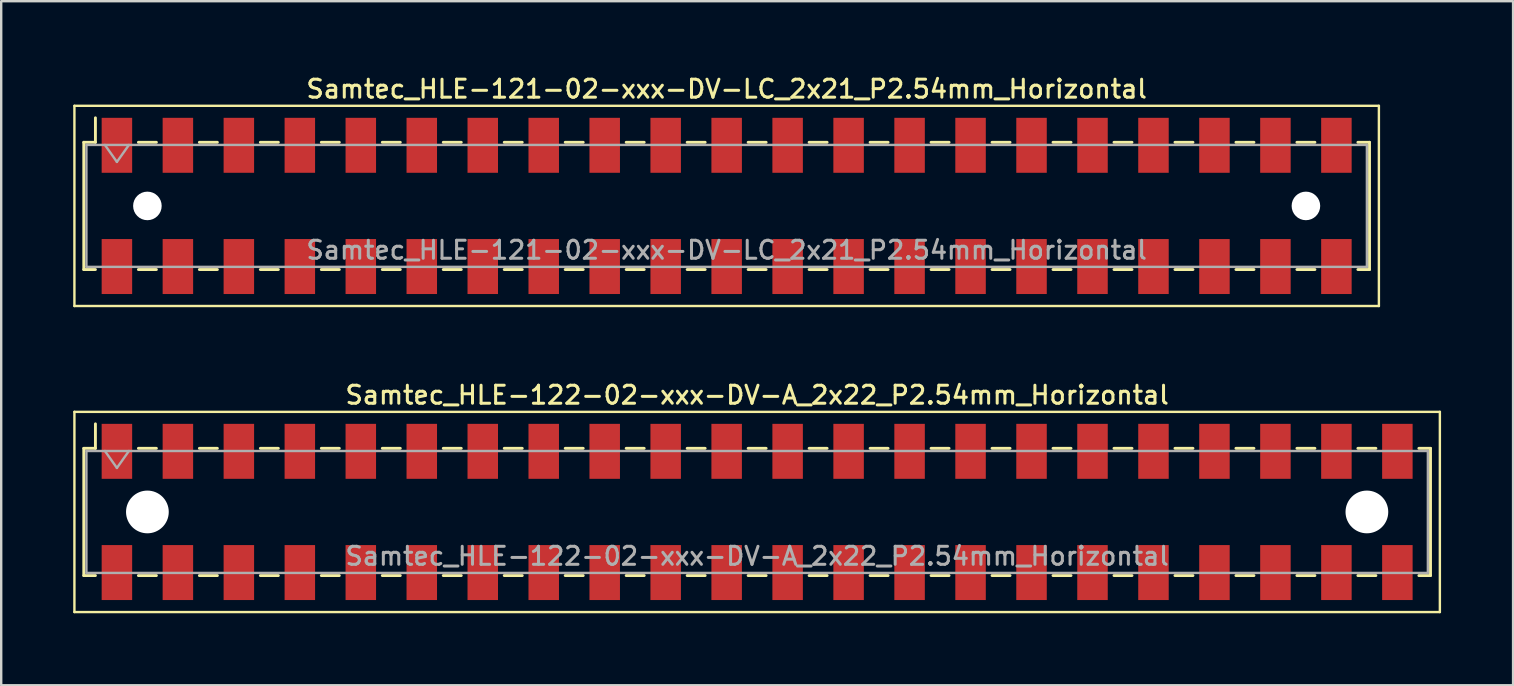
<source format=kicad_pcb>
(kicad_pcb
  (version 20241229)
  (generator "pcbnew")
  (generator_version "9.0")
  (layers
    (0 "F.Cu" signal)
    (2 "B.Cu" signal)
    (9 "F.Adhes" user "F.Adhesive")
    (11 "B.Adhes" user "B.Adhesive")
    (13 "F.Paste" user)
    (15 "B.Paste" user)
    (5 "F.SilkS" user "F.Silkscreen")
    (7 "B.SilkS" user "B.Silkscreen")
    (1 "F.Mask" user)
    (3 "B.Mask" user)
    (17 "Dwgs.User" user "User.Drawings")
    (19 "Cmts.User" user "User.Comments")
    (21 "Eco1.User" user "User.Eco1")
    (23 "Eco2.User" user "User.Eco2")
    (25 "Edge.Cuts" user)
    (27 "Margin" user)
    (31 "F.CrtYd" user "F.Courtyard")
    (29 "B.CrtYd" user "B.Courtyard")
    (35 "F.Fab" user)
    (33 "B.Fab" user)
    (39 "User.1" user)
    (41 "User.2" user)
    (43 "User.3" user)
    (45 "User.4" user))
  (footprint "Samtec_HLE-121-02-xxx-DV-LC_2x21_P2.54mm_Horizontal"
    (layer "F.Cu")
    (at 27.22 5.528)
    (property "Reference" "Samtec_HLE-121-02-xxx-DV-LC_2x21_P2.54mm_Horizontal" (at 0 -4.87 0) (layer "F.SilkS") (effects (font (size 0.75 0.75) (thickness 0.125))))
    (attr smd)
    (fp_line (start -27.17 -4.17) (end 27.17 -4.17) (stroke (width 0.1) (type solid)) (layer "F.SilkS"))
    (fp_line (start -27.17 4.17) (end -27.17 -4.17) (stroke (width 0.1) (type solid)) (layer "F.SilkS"))
    (fp_line (start -26.78 -2.65) (end -26.78 2.65) (stroke (width 0.12) (type solid)) (layer "F.SilkS"))
    (fp_line (start -26.78 2.65) (end -26.295 2.65) (stroke (width 0.12) (type solid)) (layer "F.SilkS"))
    (fp_line (start -26.295 -3.67) (end -26.295 -2.65) (stroke (width 0.12) (type solid)) (layer "F.SilkS"))
    (fp_line (start -26.295 -2.65) (end -26.78 -2.65) (stroke (width 0.12) (type solid)) (layer "F.SilkS"))
    (fp_line (start -24.505 -2.65) (end -23.755 -2.65) (stroke (width 0.12) (type solid)) (layer "F.SilkS"))
    (fp_line (start -24.505 2.65) (end -23.755 2.65) (stroke (width 0.12) (type solid)) (layer "F.SilkS"))
    (fp_line (start -21.965 -2.65) (end -21.215 -2.65) (stroke (width 0.12) (type solid)) (layer "F.SilkS"))
    (fp_line (start -21.965 2.65) (end -21.215 2.65) (stroke (width 0.12) (type solid)) (layer "F.SilkS"))
    (fp_line (start -19.425 -2.65) (end -18.675 -2.65) (stroke (width 0.12) (type solid)) (layer "F.SilkS"))
    (fp_line (start -19.425 2.65) (end -18.675 2.65) (stroke (width 0.12) (type solid)) (layer "F.SilkS"))
    (fp_line (start -16.885 -2.65) (end -16.135 -2.65) (stroke (width 0.12) (type solid)) (layer "F.SilkS"))
    (fp_line (start -16.885 2.65) (end -16.135 2.65) (stroke (width 0.12) (type solid)) (layer "F.SilkS"))
    (fp_line (start -14.345 -2.65) (end -13.595 -2.65) (stroke (width 0.12) (type solid)) (layer "F.SilkS"))
    (fp_line (start -14.345 2.65) (end -13.595 2.65) (stroke (width 0.12) (type solid)) (layer "F.SilkS"))
    (fp_line (start -11.805 -2.65) (end -11.055 -2.65) (stroke (width 0.12) (type solid)) (layer "F.SilkS"))
    (fp_line (start -11.805 2.65) (end -11.055 2.65) (stroke (width 0.12) (type solid)) (layer "F.SilkS"))
    (fp_line (start -9.265 -2.65) (end -8.515 -2.65) (stroke (width 0.12) (type solid)) (layer "F.SilkS"))
    (fp_line (start -9.265 2.65) (end -8.515 2.65) (stroke (width 0.12) (type solid)) (layer "F.SilkS"))
    (fp_line (start -6.725 -2.65) (end -5.975 -2.65) (stroke (width 0.12) (type solid)) (layer "F.SilkS"))
    (fp_line (start -6.725 2.65) (end -5.975 2.65) (stroke (width 0.12) (type solid)) (layer "F.SilkS"))
    (fp_line (start -4.185 -2.65) (end -3.435 -2.65) (stroke (width 0.12) (type solid)) (layer "F.SilkS"))
    (fp_line (start -4.185 2.65) (end -3.435 2.65) (stroke (width 0.12) (type solid)) (layer "F.SilkS"))
    (fp_line (start -1.645 -2.65) (end -0.895 -2.65) (stroke (width 0.12) (type solid)) (layer "F.SilkS"))
    (fp_line (start -1.645 2.65) (end -0.895 2.65) (stroke (width 0.12) (type solid)) (layer "F.SilkS"))
    (fp_line (start 0.895 -2.65) (end 1.645 -2.65) (stroke (width 0.12) (type solid)) (layer "F.SilkS"))
    (fp_line (start 0.895 2.65) (end 1.645 2.65) (stroke (width 0.12) (type solid)) (layer "F.SilkS"))
    (fp_line (start 3.435 -2.65) (end 4.185 -2.65) (stroke (width 0.12) (type solid)) (layer "F.SilkS"))
    (fp_line (start 3.435 2.65) (end 4.185 2.65) (stroke (width 0.12) (type solid)) (layer "F.SilkS"))
    (fp_line (start 5.975 -2.65) (end 6.725 -2.65) (stroke (width 0.12) (type solid)) (layer "F.SilkS"))
    (fp_line (start 5.975 2.65) (end 6.725 2.65) (stroke (width 0.12) (type solid)) (layer "F.SilkS"))
    (fp_line (start 8.515 -2.65) (end 9.265 -2.65) (stroke (width 0.12) (type solid)) (layer "F.SilkS"))
    (fp_line (start 8.515 2.65) (end 9.265 2.65) (stroke (width 0.12) (type solid)) (layer "F.SilkS"))
    (fp_line (start 11.055 -2.65) (end 11.805 -2.65) (stroke (width 0.12) (type solid)) (layer "F.SilkS"))
    (fp_line (start 11.055 2.65) (end 11.805 2.65) (stroke (width 0.12) (type solid)) (layer "F.SilkS"))
    (fp_line (start 13.595 -2.65) (end 14.345 -2.65) (stroke (width 0.12) (type solid)) (layer "F.SilkS"))
    (fp_line (start 13.595 2.65) (end 14.345 2.65) (stroke (width 0.12) (type solid)) (layer "F.SilkS"))
    (fp_line (start 16.135 -2.65) (end 16.885 -2.65) (stroke (width 0.12) (type solid)) (layer "F.SilkS"))
    (fp_line (start 16.135 2.65) (end 16.885 2.65) (stroke (width 0.12) (type solid)) (layer "F.SilkS"))
    (fp_line (start 18.675 -2.65) (end 19.425 -2.65) (stroke (width 0.12) (type solid)) (layer "F.SilkS"))
    (fp_line (start 18.675 2.65) (end 19.425 2.65) (stroke (width 0.12) (type solid)) (layer "F.SilkS"))
    (fp_line (start 21.215 -2.65) (end 21.965 -2.65) (stroke (width 0.12) (type solid)) (layer "F.SilkS"))
    (fp_line (start 21.215 2.65) (end 21.965 2.65) (stroke (width 0.12) (type solid)) (layer "F.SilkS"))
    (fp_line (start 23.755 -2.65) (end 24.505 -2.65) (stroke (width 0.12) (type solid)) (layer "F.SilkS"))
    (fp_line (start 23.755 2.65) (end 24.505 2.65) (stroke (width 0.12) (type solid)) (layer "F.SilkS"))
    (fp_line (start 26.295 -2.65) (end 26.78 -2.65) (stroke (width 0.12) (type solid)) (layer "F.SilkS"))
    (fp_line (start 26.78 -2.65) (end 26.78 2.65) (stroke (width 0.12) (type solid)) (layer "F.SilkS"))
    (fp_line (start 26.78 2.65) (end 26.295 2.65) (stroke (width 0.12) (type solid)) (layer "F.SilkS"))
    (fp_line (start 27.17 -4.17) (end 27.17 4.17) (stroke (width 0.1) (type solid)) (layer "F.SilkS"))
    (fp_line (start 27.17 4.17) (end -27.17 4.17) (stroke (width 0.1) (type solid)) (layer "F.SilkS"))
    (fp_line (start -26.67 -2.54) (end 26.67 -2.54) (stroke (width 0.1) (type solid)) (layer "F.Fab"))
    (fp_line (start -26.67 2.54) (end -26.67 -2.54) (stroke (width 0.1) (type solid)) (layer "F.Fab"))
    (fp_line (start -25.9 -2.54) (end -25.4 -1.833) (stroke (width 0.1) (type solid)) (layer "F.Fab"))
    (fp_line (start -25.4 -1.833) (end -24.9 -2.54) (stroke (width 0.1) (type solid)) (layer "F.Fab"))
    (fp_line (start 26.67 -2.54) (end 26.67 2.54) (stroke (width 0.1) (type solid)) (layer "F.Fab"))
    (fp_line (start 26.67 2.54) (end -26.67 2.54) (stroke (width 0.1) (type solid)) (layer "F.Fab"))
    (fp_text user "${REFERENCE}" (at 0 1.84 0) (layer "F.Fab") (effects (font (size 0.75 0.75) (thickness 0.125))))
    (pad "" np_thru_hole circle (at -24.13 0) (size 1.19 1.19) (drill 1.19) (layers "*.Cu" "*.Mask"))
    (pad "" np_thru_hole circle (at 24.13 0) (size 1.19 1.19) (drill 1.19) (layers "*.Cu" "*.Mask"))
    (pad "1" smd rect (at -25.4 -2.525) (size 1.27 2.29) (layers "F.Cu" "F.Mask" "F.Paste"))
    (pad "2" smd rect (at -25.4 2.525) (size 1.27 2.29) (layers "F.Cu" "F.Mask" "F.Paste"))
    (pad "3" smd rect (at -22.86 -2.525) (size 1.27 2.29) (layers "F.Cu" "F.Mask" "F.Paste"))
    (pad "4" smd rect (at -22.86 2.525) (size 1.27 2.29) (layers "F.Cu" "F.Mask" "F.Paste"))
    (pad "5" smd rect (at -20.32 -2.525) (size 1.27 2.29) (layers "F.Cu" "F.Mask" "F.Paste"))
    (pad "6" smd rect (at -20.32 2.525) (size 1.27 2.29) (layers "F.Cu" "F.Mask" "F.Paste"))
    (pad "7" smd rect (at -17.78 -2.525) (size 1.27 2.29) (layers "F.Cu" "F.Mask" "F.Paste"))
    (pad "8" smd rect (at -17.78 2.525) (size 1.27 2.29) (layers "F.Cu" "F.Mask" "F.Paste"))
    (pad "9" smd rect (at -15.24 -2.525) (size 1.27 2.29) (layers "F.Cu" "F.Mask" "F.Paste"))
    (pad "10" smd rect (at -15.24 2.525) (size 1.27 2.29) (layers "F.Cu" "F.Mask" "F.Paste"))
    (pad "11" smd rect (at -12.7 -2.525) (size 1.27 2.29) (layers "F.Cu" "F.Mask" "F.Paste"))
    (pad "12" smd rect (at -12.7 2.525) (size 1.27 2.29) (layers "F.Cu" "F.Mask" "F.Paste"))
    (pad "13" smd rect (at -10.16 -2.525) (size 1.27 2.29) (layers "F.Cu" "F.Mask" "F.Paste"))
    (pad "14" smd rect (at -10.16 2.525) (size 1.27 2.29) (layers "F.Cu" "F.Mask" "F.Paste"))
    (pad "15" smd rect (at -7.62 -2.525) (size 1.27 2.29) (layers "F.Cu" "F.Mask" "F.Paste"))
    (pad "16" smd rect (at -7.62 2.525) (size 1.27 2.29) (layers "F.Cu" "F.Mask" "F.Paste"))
    (pad "17" smd rect (at -5.08 -2.525) (size 1.27 2.29) (layers "F.Cu" "F.Mask" "F.Paste"))
    (pad "18" smd rect (at -5.08 2.525) (size 1.27 2.29) (layers "F.Cu" "F.Mask" "F.Paste"))
    (pad "19" smd rect (at -2.54 -2.525) (size 1.27 2.29) (layers "F.Cu" "F.Mask" "F.Paste"))
    (pad "20" smd rect (at -2.54 2.525) (size 1.27 2.29) (layers "F.Cu" "F.Mask" "F.Paste"))
    (pad "21" smd rect (at 0 -2.525) (size 1.27 2.29) (layers "F.Cu" "F.Mask" "F.Paste"))
    (pad "22" smd rect (at 0 2.525) (size 1.27 2.29) (layers "F.Cu" "F.Mask" "F.Paste"))
    (pad "23" smd rect (at 2.54 -2.525) (size 1.27 2.29) (layers "F.Cu" "F.Mask" "F.Paste"))
    (pad "24" smd rect (at 2.54 2.525) (size 1.27 2.29) (layers "F.Cu" "F.Mask" "F.Paste"))
    (pad "25" smd rect (at 5.08 -2.525) (size 1.27 2.29) (layers "F.Cu" "F.Mask" "F.Paste"))
    (pad "26" smd rect (at 5.08 2.525) (size 1.27 2.29) (layers "F.Cu" "F.Mask" "F.Paste"))
    (pad "27" smd rect (at 7.62 -2.525) (size 1.27 2.29) (layers "F.Cu" "F.Mask" "F.Paste"))
    (pad "28" smd rect (at 7.62 2.525) (size 1.27 2.29) (layers "F.Cu" "F.Mask" "F.Paste"))
    (pad "29" smd rect (at 10.16 -2.525) (size 1.27 2.29) (layers "F.Cu" "F.Mask" "F.Paste"))
    (pad "30" smd rect (at 10.16 2.525) (size 1.27 2.29) (layers "F.Cu" "F.Mask" "F.Paste"))
    (pad "31" smd rect (at 12.7 -2.525) (size 1.27 2.29) (layers "F.Cu" "F.Mask" "F.Paste"))
    (pad "32" smd rect (at 12.7 2.525) (size 1.27 2.29) (layers "F.Cu" "F.Mask" "F.Paste"))
    (pad "33" smd rect (at 15.24 -2.525) (size 1.27 2.29) (layers "F.Cu" "F.Mask" "F.Paste"))
    (pad "34" smd rect (at 15.24 2.525) (size 1.27 2.29) (layers "F.Cu" "F.Mask" "F.Paste"))
    (pad "35" smd rect (at 17.78 -2.525) (size 1.27 2.29) (layers "F.Cu" "F.Mask" "F.Paste"))
    (pad "36" smd rect (at 17.78 2.525) (size 1.27 2.29) (layers "F.Cu" "F.Mask" "F.Paste"))
    (pad "37" smd rect (at 20.32 -2.525) (size 1.27 2.29) (layers "F.Cu" "F.Mask" "F.Paste"))
    (pad "38" smd rect (at 20.32 2.525) (size 1.27 2.29) (layers "F.Cu" "F.Mask" "F.Paste"))
    (pad "39" smd rect (at 22.86 -2.525) (size 1.27 2.29) (layers "F.Cu" "F.Mask" "F.Paste"))
    (pad "40" smd rect (at 22.86 2.525) (size 1.27 2.29) (layers "F.Cu" "F.Mask" "F.Paste"))
    (pad "41" smd rect (at 25.4 -2.525) (size 1.27 2.29) (layers "F.Cu" "F.Mask" "F.Paste"))
    (pad "42" smd rect (at 25.4 2.525) (size 1.27 2.29) (layers "F.Cu" "F.Mask" "F.Paste")))
  (footprint "Samtec_HLE-122-02-xxx-DV-A_2x22_P2.54mm_Horizontal"
    (layer "F.Cu")
    (at 28.49 18.276)
    (property "Reference" "Samtec_HLE-122-02-xxx-DV-A_2x22_P2.54mm_Horizontal" (at 0 -4.87 0) (layer "F.SilkS") (effects (font (size 0.75 0.75) (thickness 0.125))))
    (attr smd)
    (fp_line (start -28.44 -4.17) (end 28.44 -4.17) (stroke (width 0.1) (type solid)) (layer "F.SilkS"))
    (fp_line (start -28.44 4.17) (end -28.44 -4.17) (stroke (width 0.1) (type solid)) (layer "F.SilkS"))
    (fp_line (start -28.05 -2.65) (end -28.05 2.65) (stroke (width 0.12) (type solid)) (layer "F.SilkS"))
    (fp_line (start -28.05 2.65) (end -27.565 2.65) (stroke (width 0.12) (type solid)) (layer "F.SilkS"))
    (fp_line (start -27.565 -3.67) (end -27.565 -2.65) (stroke (width 0.12) (type solid)) (layer "F.SilkS"))
    (fp_line (start -27.565 -2.65) (end -28.05 -2.65) (stroke (width 0.12) (type solid)) (layer "F.SilkS"))
    (fp_line (start -25.775 -2.65) (end -25.025 -2.65) (stroke (width 0.12) (type solid)) (layer "F.SilkS"))
    (fp_line (start -25.775 2.65) (end -25.025 2.65) (stroke (width 0.12) (type solid)) (layer "F.SilkS"))
    (fp_line (start -23.235 -2.65) (end -22.485 -2.65) (stroke (width 0.12) (type solid)) (layer "F.SilkS"))
    (fp_line (start -23.235 2.65) (end -22.485 2.65) (stroke (width 0.12) (type solid)) (layer "F.SilkS"))
    (fp_line (start -20.695 -2.65) (end -19.945 -2.65) (stroke (width 0.12) (type solid)) (layer "F.SilkS"))
    (fp_line (start -20.695 2.65) (end -19.945 2.65) (stroke (width 0.12) (type solid)) (layer "F.SilkS"))
    (fp_line (start -18.155 -2.65) (end -17.405 -2.65) (stroke (width 0.12) (type solid)) (layer "F.SilkS"))
    (fp_line (start -18.155 2.65) (end -17.405 2.65) (stroke (width 0.12) (type solid)) (layer "F.SilkS"))
    (fp_line (start -15.615 -2.65) (end -14.865 -2.65) (stroke (width 0.12) (type solid)) (layer "F.SilkS"))
    (fp_line (start -15.615 2.65) (end -14.865 2.65) (stroke (width 0.12) (type solid)) (layer "F.SilkS"))
    (fp_line (start -13.075 -2.65) (end -12.325 -2.65) (stroke (width 0.12) (type solid)) (layer "F.SilkS"))
    (fp_line (start -13.075 2.65) (end -12.325 2.65) (stroke (width 0.12) (type solid)) (layer "F.SilkS"))
    (fp_line (start -10.535 -2.65) (end -9.785 -2.65) (stroke (width 0.12) (type solid)) (layer "F.SilkS"))
    (fp_line (start -10.535 2.65) (end -9.785 2.65) (stroke (width 0.12) (type solid)) (layer "F.SilkS"))
    (fp_line (start -7.995 -2.65) (end -7.245 -2.65) (stroke (width 0.12) (type solid)) (layer "F.SilkS"))
    (fp_line (start -7.995 2.65) (end -7.245 2.65) (stroke (width 0.12) (type solid)) (layer "F.SilkS"))
    (fp_line (start -5.455 -2.65) (end -4.705 -2.65) (stroke (width 0.12) (type solid)) (layer "F.SilkS"))
    (fp_line (start -5.455 2.65) (end -4.705 2.65) (stroke (width 0.12) (type solid)) (layer "F.SilkS"))
    (fp_line (start -2.915 -2.65) (end -2.165 -2.65) (stroke (width 0.12) (type solid)) (layer "F.SilkS"))
    (fp_line (start -2.915 2.65) (end -2.165 2.65) (stroke (width 0.12) (type solid)) (layer "F.SilkS"))
    (fp_line (start -0.375 -2.65) (end 0.375 -2.65) (stroke (width 0.12) (type solid)) (layer "F.SilkS"))
    (fp_line (start -0.375 2.65) (end 0.375 2.65) (stroke (width 0.12) (type solid)) (layer "F.SilkS"))
    (fp_line (start 2.165 -2.65) (end 2.915 -2.65) (stroke (width 0.12) (type solid)) (layer "F.SilkS"))
    (fp_line (start 2.165 2.65) (end 2.915 2.65) (stroke (width 0.12) (type solid)) (layer "F.SilkS"))
    (fp_line (start 4.705 -2.65) (end 5.455 -2.65) (stroke (width 0.12) (type solid)) (layer "F.SilkS"))
    (fp_line (start 4.705 2.65) (end 5.455 2.65) (stroke (width 0.12) (type solid)) (layer "F.SilkS"))
    (fp_line (start 7.245 -2.65) (end 7.995 -2.65) (stroke (width 0.12) (type solid)) (layer "F.SilkS"))
    (fp_line (start 7.245 2.65) (end 7.995 2.65) (stroke (width 0.12) (type solid)) (layer "F.SilkS"))
    (fp_line (start 9.785 -2.65) (end 10.535 -2.65) (stroke (width 0.12) (type solid)) (layer "F.SilkS"))
    (fp_line (start 9.785 2.65) (end 10.535 2.65) (stroke (width 0.12) (type solid)) (layer "F.SilkS"))
    (fp_line (start 12.325 -2.65) (end 13.075 -2.65) (stroke (width 0.12) (type solid)) (layer "F.SilkS"))
    (fp_line (start 12.325 2.65) (end 13.075 2.65) (stroke (width 0.12) (type solid)) (layer "F.SilkS"))
    (fp_line (start 14.865 -2.65) (end 15.615 -2.65) (stroke (width 0.12) (type solid)) (layer "F.SilkS"))
    (fp_line (start 14.865 2.65) (end 15.615 2.65) (stroke (width 0.12) (type solid)) (layer "F.SilkS"))
    (fp_line (start 17.405 -2.65) (end 18.155 -2.65) (stroke (width 0.12) (type solid)) (layer "F.SilkS"))
    (fp_line (start 17.405 2.65) (end 18.155 2.65) (stroke (width 0.12) (type solid)) (layer "F.SilkS"))
    (fp_line (start 19.945 -2.65) (end 20.695 -2.65) (stroke (width 0.12) (type solid)) (layer "F.SilkS"))
    (fp_line (start 19.945 2.65) (end 20.695 2.65) (stroke (width 0.12) (type solid)) (layer "F.SilkS"))
    (fp_line (start 22.485 -2.65) (end 23.235 -2.65) (stroke (width 0.12) (type solid)) (layer "F.SilkS"))
    (fp_line (start 22.485 2.65) (end 23.235 2.65) (stroke (width 0.12) (type solid)) (layer "F.SilkS"))
    (fp_line (start 25.025 -2.65) (end 25.775 -2.65) (stroke (width 0.12) (type solid)) (layer "F.SilkS"))
    (fp_line (start 25.025 2.65) (end 25.775 2.65) (stroke (width 0.12) (type solid)) (layer "F.SilkS"))
    (fp_line (start 27.565 -2.65) (end 28.05 -2.65) (stroke (width 0.12) (type solid)) (layer "F.SilkS"))
    (fp_line (start 28.05 -2.65) (end 28.05 2.65) (stroke (width 0.12) (type solid)) (layer "F.SilkS"))
    (fp_line (start 28.05 2.65) (end 27.565 2.65) (stroke (width 0.12) (type solid)) (layer "F.SilkS"))
    (fp_line (start 28.44 -4.17) (end 28.44 4.17) (stroke (width 0.1) (type solid)) (layer "F.SilkS"))
    (fp_line (start 28.44 4.17) (end -28.44 4.17) (stroke (width 0.1) (type solid)) (layer "F.SilkS"))
    (fp_line (start -27.94 -2.54) (end 27.94 -2.54) (stroke (width 0.1) (type solid)) (layer "F.Fab"))
    (fp_line (start -27.94 2.54) (end -27.94 -2.54) (stroke (width 0.1) (type solid)) (layer "F.Fab"))
    (fp_line (start -27.17 -2.54) (end -26.67 -1.833) (stroke (width 0.1) (type solid)) (layer "F.Fab"))
    (fp_line (start -26.67 -1.833) (end -26.17 -2.54) (stroke (width 0.1) (type solid)) (layer "F.Fab"))
    (fp_line (start 27.94 -2.54) (end 27.94 2.54) (stroke (width 0.1) (type solid)) (layer "F.Fab"))
    (fp_line (start 27.94 2.54) (end -27.94 2.54) (stroke (width 0.1) (type solid)) (layer "F.Fab"))
    (fp_text user "${REFERENCE}" (at 0 1.84 0) (layer "F.Fab") (effects (font (size 0.75 0.75) (thickness 0.125))))
    (pad "" np_thru_hole circle (at -25.4 0) (size 1.78 1.78) (drill 1.78) (layers "*.Cu" "*.Mask"))
    (pad "" np_thru_hole circle (at 25.4 0) (size 1.78 1.78) (drill 1.78) (layers "*.Cu" "*.Mask"))
    (pad "1" smd rect (at -26.67 -2.525) (size 1.27 2.29) (layers "F.Cu" "F.Mask" "F.Paste"))
    (pad "2" smd rect (at -26.67 2.525) (size 1.27 2.29) (layers "F.Cu" "F.Mask" "F.Paste"))
    (pad "3" smd rect (at -24.13 -2.525) (size 1.27 2.29) (layers "F.Cu" "F.Mask" "F.Paste"))
    (pad "4" smd rect (at -24.13 2.525) (size 1.27 2.29) (layers "F.Cu" "F.Mask" "F.Paste"))
    (pad "5" smd rect (at -21.59 -2.525) (size 1.27 2.29) (layers "F.Cu" "F.Mask" "F.Paste"))
    (pad "6" smd rect (at -21.59 2.525) (size 1.27 2.29) (layers "F.Cu" "F.Mask" "F.Paste"))
    (pad "7" smd rect (at -19.05 -2.525) (size 1.27 2.29) (layers "F.Cu" "F.Mask" "F.Paste"))
    (pad "8" smd rect (at -19.05 2.525) (size 1.27 2.29) (layers "F.Cu" "F.Mask" "F.Paste"))
    (pad "9" smd rect (at -16.51 -2.525) (size 1.27 2.29) (layers "F.Cu" "F.Mask" "F.Paste"))
    (pad "10" smd rect (at -16.51 2.525) (size 1.27 2.29) (layers "F.Cu" "F.Mask" "F.Paste"))
    (pad "11" smd rect (at -13.97 -2.525) (size 1.27 2.29) (layers "F.Cu" "F.Mask" "F.Paste"))
    (pad "12" smd rect (at -13.97 2.525) (size 1.27 2.29) (layers "F.Cu" "F.Mask" "F.Paste"))
    (pad "13" smd rect (at -11.43 -2.525) (size 1.27 2.29) (layers "F.Cu" "F.Mask" "F.Paste"))
    (pad "14" smd rect (at -11.43 2.525) (size 1.27 2.29) (layers "F.Cu" "F.Mask" "F.Paste"))
    (pad "15" smd rect (at -8.89 -2.525) (size 1.27 2.29) (layers "F.Cu" "F.Mask" "F.Paste"))
    (pad "16" smd rect (at -8.89 2.525) (size 1.27 2.29) (layers "F.Cu" "F.Mask" "F.Paste"))
    (pad "17" smd rect (at -6.35 -2.525) (size 1.27 2.29) (layers "F.Cu" "F.Mask" "F.Paste"))
    (pad "18" smd rect (at -6.35 2.525) (size 1.27 2.29) (layers "F.Cu" "F.Mask" "F.Paste"))
    (pad "19" smd rect (at -3.81 -2.525) (size 1.27 2.29) (layers "F.Cu" "F.Mask" "F.Paste"))
    (pad "20" smd rect (at -3.81 2.525) (size 1.27 2.29) (layers "F.Cu" "F.Mask" "F.Paste"))
    (pad "21" smd rect (at -1.27 -2.525) (size 1.27 2.29) (layers "F.Cu" "F.Mask" "F.Paste"))
    (pad "22" smd rect (at -1.27 2.525) (size 1.27 2.29) (layers "F.Cu" "F.Mask" "F.Paste"))
    (pad "23" smd rect (at 1.27 -2.525) (size 1.27 2.29) (layers "F.Cu" "F.Mask" "F.Paste"))
    (pad "24" smd rect (at 1.27 2.525) (size 1.27 2.29) (layers "F.Cu" "F.Mask" "F.Paste"))
    (pad "25" smd rect (at 3.81 -2.525) (size 1.27 2.29) (layers "F.Cu" "F.Mask" "F.Paste"))
    (pad "26" smd rect (at 3.81 2.525) (size 1.27 2.29) (layers "F.Cu" "F.Mask" "F.Paste"))
    (pad "27" smd rect (at 6.35 -2.525) (size 1.27 2.29) (layers "F.Cu" "F.Mask" "F.Paste"))
    (pad "28" smd rect (at 6.35 2.525) (size 1.27 2.29) (layers "F.Cu" "F.Mask" "F.Paste"))
    (pad "29" smd rect (at 8.89 -2.525) (size 1.27 2.29) (layers "F.Cu" "F.Mask" "F.Paste"))
    (pad "30" smd rect (at 8.89 2.525) (size 1.27 2.29) (layers "F.Cu" "F.Mask" "F.Paste"))
    (pad "31" smd rect (at 11.43 -2.525) (size 1.27 2.29) (layers "F.Cu" "F.Mask" "F.Paste"))
    (pad "32" smd rect (at 11.43 2.525) (size 1.27 2.29) (layers "F.Cu" "F.Mask" "F.Paste"))
    (pad "33" smd rect (at 13.97 -2.525) (size 1.27 2.29) (layers "F.Cu" "F.Mask" "F.Paste"))
    (pad "34" smd rect (at 13.97 2.525) (size 1.27 2.29) (layers "F.Cu" "F.Mask" "F.Paste"))
    (pad "35" smd rect (at 16.51 -2.525) (size 1.27 2.29) (layers "F.Cu" "F.Mask" "F.Paste"))
    (pad "36" smd rect (at 16.51 2.525) (size 1.27 2.29) (layers "F.Cu" "F.Mask" "F.Paste"))
    (pad "37" smd rect (at 19.05 -2.525) (size 1.27 2.29) (layers "F.Cu" "F.Mask" "F.Paste"))
    (pad "38" smd rect (at 19.05 2.525) (size 1.27 2.29) (layers "F.Cu" "F.Mask" "F.Paste"))
    (pad "39" smd rect (at 21.59 -2.525) (size 1.27 2.29) (layers "F.Cu" "F.Mask" "F.Paste"))
    (pad "40" smd rect (at 21.59 2.525) (size 1.27 2.29) (layers "F.Cu" "F.Mask" "F.Paste"))
    (pad "41" smd rect (at 24.13 -2.525) (size 1.27 2.29) (layers "F.Cu" "F.Mask" "F.Paste"))
    (pad "42" smd rect (at 24.13 2.525) (size 1.27 2.29) (layers "F.Cu" "F.Mask" "F.Paste"))
    (pad "43" smd rect (at 26.67 -2.525) (size 1.27 2.29) (layers "F.Cu" "F.Mask" "F.Paste"))
    (pad "44" smd rect (at 26.67 2.525) (size 1.27 2.29) (layers "F.Cu" "F.Mask" "F.Paste")))
  (gr_rect
    (start -3 -3)
    (end 59.98 25.496)
    (stroke (width 0.1) (type default))
    (fill no)
    (layer "Edge.Cuts")))
</source>
